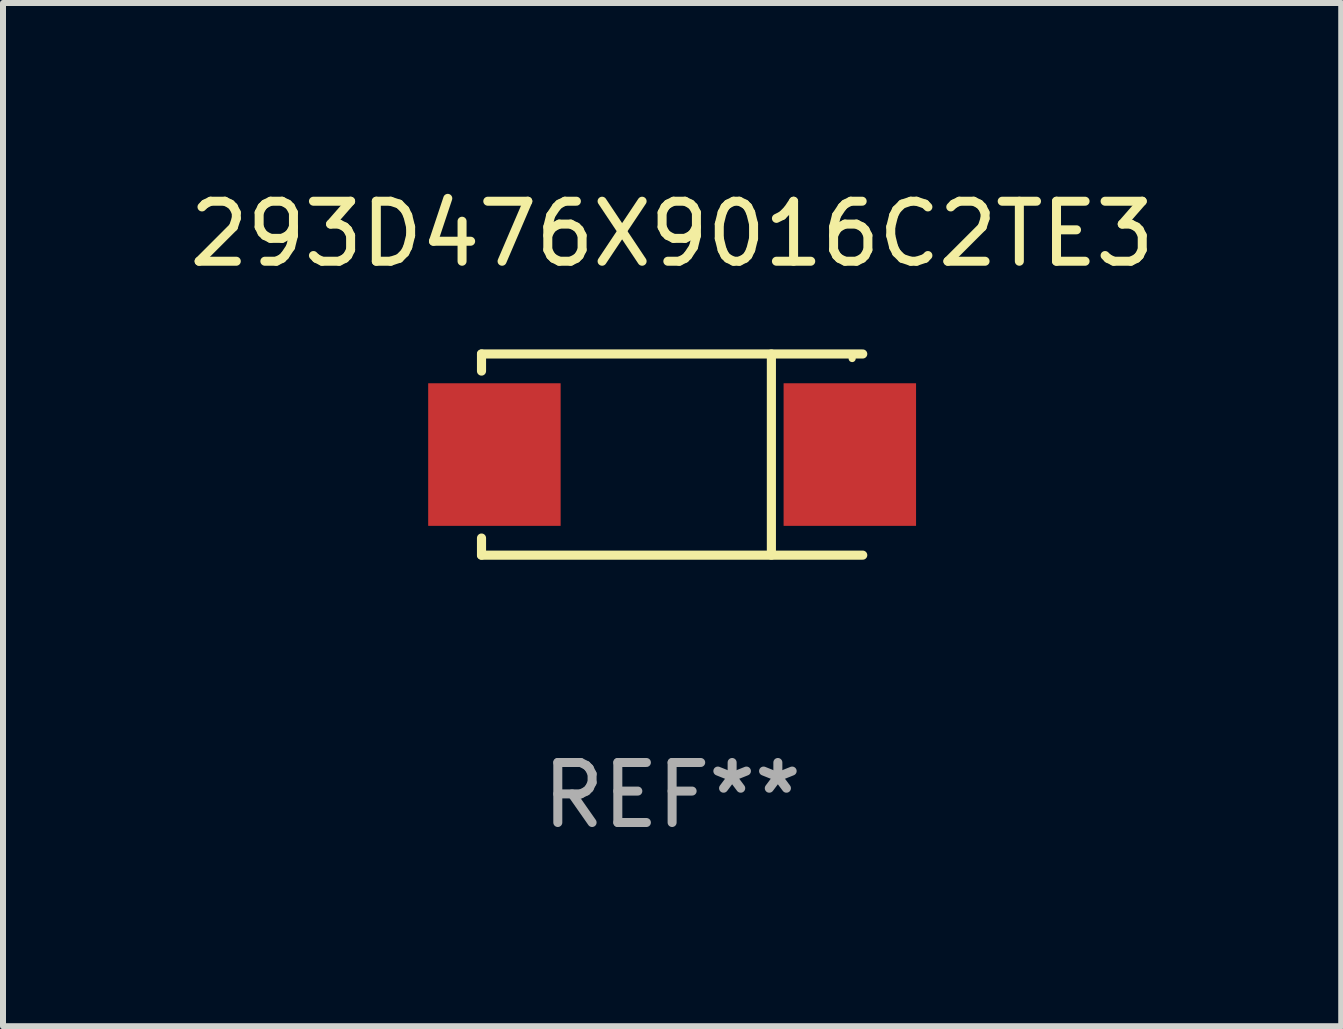
<source format=kicad_pcb>
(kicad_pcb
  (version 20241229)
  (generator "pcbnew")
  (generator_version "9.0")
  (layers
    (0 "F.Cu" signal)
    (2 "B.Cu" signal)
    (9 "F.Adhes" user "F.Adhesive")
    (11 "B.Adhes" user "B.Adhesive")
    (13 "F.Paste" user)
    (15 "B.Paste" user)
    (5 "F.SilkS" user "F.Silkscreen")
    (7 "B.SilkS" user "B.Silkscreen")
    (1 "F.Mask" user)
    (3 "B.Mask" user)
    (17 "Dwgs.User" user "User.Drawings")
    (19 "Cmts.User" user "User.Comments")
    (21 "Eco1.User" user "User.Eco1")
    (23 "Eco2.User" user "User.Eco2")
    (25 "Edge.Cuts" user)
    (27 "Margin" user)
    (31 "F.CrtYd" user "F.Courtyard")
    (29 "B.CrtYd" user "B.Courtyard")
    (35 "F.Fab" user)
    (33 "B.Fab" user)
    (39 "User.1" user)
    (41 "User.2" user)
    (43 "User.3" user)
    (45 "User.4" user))
  (footprint "293D476X9016C2TE3"
    (layer "F.Cu")
    (at 8.149 4.524)
    (property "Reference" "293D476X9016C2TE3" (at 0 -3.676 0) (layer "F.SilkS") (effects (font (size 1 1) (thickness 0.15))))
    (attr through_hole)
    (fp_line (start -3.176 -1.676) (end -3.176 -1.391) (stroke (width 0.152) (type solid)) (layer "F.SilkS"))
    (fp_line (start -3.176 -1.676) (end 3.176 -1.676) (stroke (width 0.152) (type solid)) (layer "F.SilkS"))
    (fp_line (start -3.176 1.676) (end -3.176 1.391) (stroke (width 0.152) (type solid)) (layer "F.SilkS"))
    (fp_line (start -3.176 1.676) (end 3.176 1.676) (stroke (width 0.152) (type solid)) (layer "F.SilkS"))
    (fp_line (start 1.654 -1.676) (end 1.654 1.676) (stroke (width 0.152) (type solid)) (layer "F.SilkS"))
    (fp_circle (center 3 -1.6) (end 3.03 -1.6) (stroke (width 0.06) (type solid)) (fill no) (layer "F.SilkS"))
    (fp_text user "REF**" (at 0 5.676 0) (layer "F.Fab") (effects (font (size 1 1) (thickness 0.15))))
    (pad "1" smd rect (at 2.961 0) (size 2.207 2.376) (layers "F.Cu" "F.Mask" "F.Paste"))
    (pad "2" smd rect (at -2.961 0) (size 2.207 2.376) (layers "F.Cu" "F.Mask" "F.Paste")))
  (gr_rect
    (start -3 -3)
    (end 19.298 14.049)
    (stroke (width 0.1) (type default))
    (fill no)
    (layer "Edge.Cuts")))
</source>
